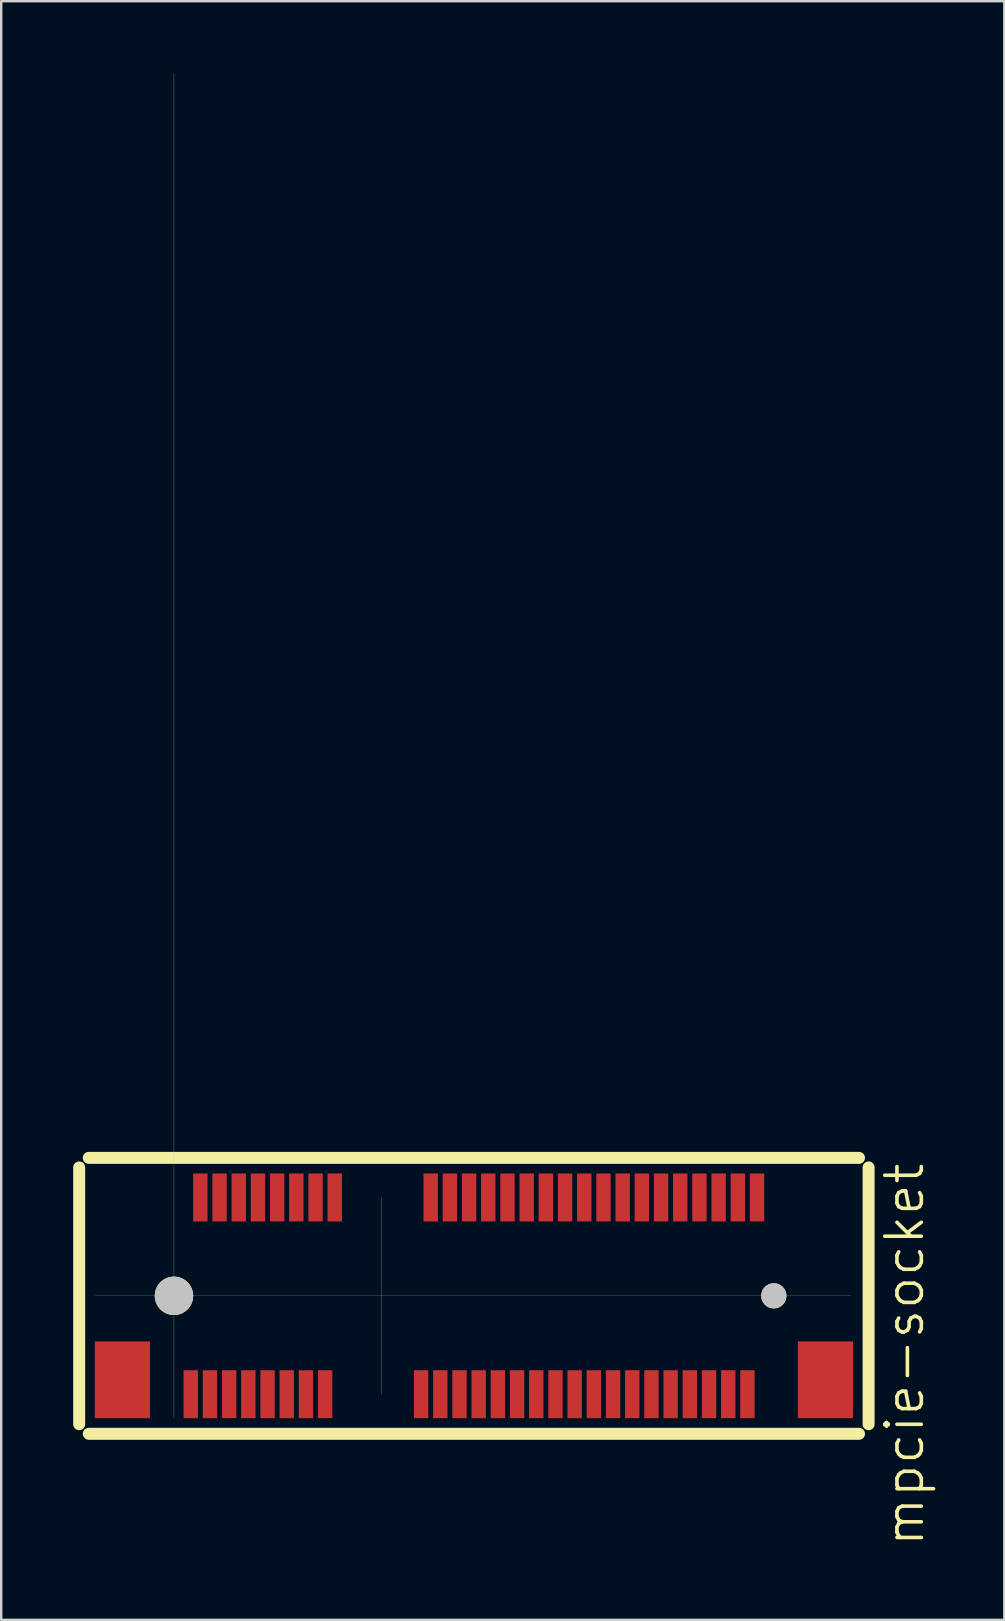
<source format=kicad_pcb>
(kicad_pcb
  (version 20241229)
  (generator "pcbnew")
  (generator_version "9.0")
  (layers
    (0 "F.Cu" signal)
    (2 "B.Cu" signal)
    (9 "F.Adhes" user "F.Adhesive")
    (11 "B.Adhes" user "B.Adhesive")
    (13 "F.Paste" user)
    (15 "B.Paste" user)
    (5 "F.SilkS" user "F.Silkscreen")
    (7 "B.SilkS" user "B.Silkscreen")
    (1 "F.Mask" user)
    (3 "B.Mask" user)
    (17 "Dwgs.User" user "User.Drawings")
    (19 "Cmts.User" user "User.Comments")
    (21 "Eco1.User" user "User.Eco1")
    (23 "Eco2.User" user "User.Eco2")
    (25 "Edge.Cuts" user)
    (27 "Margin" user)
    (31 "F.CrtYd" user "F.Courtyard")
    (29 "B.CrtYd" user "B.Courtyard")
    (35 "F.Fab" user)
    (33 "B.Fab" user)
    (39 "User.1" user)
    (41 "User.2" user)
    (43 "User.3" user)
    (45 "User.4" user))
  (footprint "mpcie-socket"
    (layer "F.Cu")
    (at 4.2 50.955)
    (property "Reference" "mpcie-socket" (at 30.45 2.45 90) (layer "F.SilkS") (effects (font (size 1.524 1.524) (thickness 0.15))))
    (attr through_hole)
    (fp_line (start -3.95 -5.35) (end -3.95 5.35) (stroke (width 0.5) (type solid)) (layer "F.SilkS"))
    (fp_line (start -3.55 5.75) (end 28.55 5.75) (stroke (width 0.5) (type solid)) (layer "F.SilkS"))
    (fp_line (start 28.55 -5.75) (end -3.55 -5.75) (stroke (width 0.5) (type solid)) (layer "F.SilkS"))
    (fp_line (start 28.95 5.35) (end 28.95 -5.35) (stroke (width 0.5) (type solid)) (layer "F.SilkS"))
    (fp_line (start -3.3 0) (end 28.225 0) (stroke (width 0.01) (type solid)) (layer "Dwgs.User"))
    (fp_line (start 0 -50.95) (end 0 5.1) (stroke (width 0.01) (type solid)) (layer "Dwgs.User"))
    (fp_line (start 8.65 4.1) (end 8.65 -4.1) (stroke (width 0.01) (type solid)) (layer "Dwgs.User"))
    (pad "" smd rect (at -2.15 3.5) (size 2.3 3.2) (layers "F.Cu" "F.Mask" "F.Paste"))
    (pad "" connect circle (at 0 0) (size 1.6 1.6) (layers "F.SilkS" "Dwgs.User"))
    (pad "" connect circle (at 25 0) (size 1.05 1.05) (layers "F.SilkS" "Dwgs.User"))
    (pad "" smd rect (at 27.15 3.5) (size 2.3 3.2) (layers "F.Cu" "F.Mask" "F.Paste"))
    (pad "1" smd rect (at 0.7 4.1) (size 0.6 2) (layers "F.Cu" "F.Mask" "F.Paste"))
    (pad "2" smd rect (at 1.1 -4.1) (size 0.6 2) (layers "F.Cu" "F.Mask" "F.Paste"))
    (pad "3" smd rect (at 1.5 4.1) (size 0.6 2) (layers "F.Cu" "F.Mask" "F.Paste"))
    (pad "4" smd rect (at 1.9 -4.1) (size 0.6 2) (layers "F.Cu" "F.Mask" "F.Paste"))
    (pad "5" smd rect (at 2.3 4.1) (size 0.6 2) (layers "F.Cu" "F.Mask" "F.Paste"))
    (pad "6" smd rect (at 2.7 -4.1) (size 0.6 2) (layers "F.Cu" "F.Mask" "F.Paste"))
    (pad "7" smd rect (at 3.1 4.1) (size 0.6 2) (layers "F.Cu" "F.Mask" "F.Paste"))
    (pad "8" smd rect (at 3.5 -4.1) (size 0.6 2) (layers "F.Cu" "F.Mask" "F.Paste"))
    (pad "9" smd rect (at 3.9 4.1) (size 0.6 2) (layers "F.Cu" "F.Mask" "F.Paste"))
    (pad "10" smd rect (at 4.3 -4.1) (size 0.6 2) (layers "F.Cu" "F.Mask" "F.Paste"))
    (pad "11" smd rect (at 4.7 4.1) (size 0.6 2) (layers "F.Cu" "F.Mask" "F.Paste"))
    (pad "12" smd rect (at 5.1 -4.1) (size 0.6 2) (layers "F.Cu" "F.Mask" "F.Paste"))
    (pad "13" smd rect (at 5.5 4.1) (size 0.6 2) (layers "F.Cu" "F.Mask" "F.Paste"))
    (pad "14" smd rect (at 5.9 -4.1) (size 0.6 2) (layers "F.Cu" "F.Mask" "F.Paste"))
    (pad "15" smd rect (at 6.3 4.1) (size 0.6 2) (layers "F.Cu" "F.Mask" "F.Paste"))
    (pad "16" smd rect (at 6.7 -4.1) (size 0.6 2) (layers "F.Cu" "F.Mask" "F.Paste"))
    (pad "17" smd rect (at 10.3 4.1) (size 0.6 2) (layers "F.Cu" "F.Mask" "F.Paste"))
    (pad "18" smd rect (at 10.7 -4.1) (size 0.6 2) (layers "F.Cu" "F.Mask" "F.Paste"))
    (pad "19" smd rect (at 11.1 4.1) (size 0.6 2) (layers "F.Cu" "F.Mask" "F.Paste"))
    (pad "20" smd rect (at 11.5 -4.1) (size 0.6 2) (layers "F.Cu" "F.Mask" "F.Paste"))
    (pad "21" smd rect (at 11.9 4.1) (size 0.6 2) (layers "F.Cu" "F.Mask" "F.Paste"))
    (pad "22" smd rect (at 12.3 -4.1) (size 0.6 2) (layers "F.Cu" "F.Mask" "F.Paste"))
    (pad "23" smd rect (at 12.7 4.1) (size 0.6 2) (layers "F.Cu" "F.Mask" "F.Paste"))
    (pad "24" smd rect (at 13.1 -4.1) (size 0.6 2) (layers "F.Cu" "F.Mask" "F.Paste"))
    (pad "25" smd rect (at 13.5 4.1) (size 0.6 2) (layers "F.Cu" "F.Mask" "F.Paste"))
    (pad "26" smd rect (at 13.9 -4.1) (size 0.6 2) (layers "F.Cu" "F.Mask" "F.Paste"))
    (pad "27" smd rect (at 14.3 4.1) (size 0.6 2) (layers "F.Cu" "F.Mask" "F.Paste"))
    (pad "28" smd rect (at 14.7 -4.1) (size 0.6 2) (layers "F.Cu" "F.Mask" "F.Paste"))
    (pad "29" smd rect (at 15.1 4.1) (size 0.6 2) (layers "F.Cu" "F.Mask" "F.Paste"))
    (pad "30" smd rect (at 15.5 -4.1) (size 0.6 2) (layers "F.Cu" "F.Mask" "F.Paste"))
    (pad "31" smd rect (at 15.9 4.1) (size 0.6 2) (layers "F.Cu" "F.Mask" "F.Paste"))
    (pad "32" smd rect (at 16.3 -4.1) (size 0.6 2) (layers "F.Cu" "F.Mask" "F.Paste"))
    (pad "33" smd rect (at 16.7 4.1) (size 0.6 2) (layers "F.Cu" "F.Mask" "F.Paste"))
    (pad "34" smd rect (at 17.1 -4.1) (size 0.6 2) (layers "F.Cu" "F.Mask" "F.Paste"))
    (pad "35" smd rect (at 17.5 4.1) (size 0.6 2) (layers "F.Cu" "F.Mask" "F.Paste"))
    (pad "36" smd rect (at 17.9 -4.1) (size 0.6 2) (layers "F.Cu" "F.Mask" "F.Paste"))
    (pad "37" smd rect (at 18.3 4.1) (size 0.6 2) (layers "F.Cu" "F.Mask" "F.Paste"))
    (pad "38" smd rect (at 18.7 -4.1) (size 0.6 2) (layers "F.Cu" "F.Mask" "F.Paste"))
    (pad "39" smd rect (at 19.1 4.1) (size 0.6 2) (layers "F.Cu" "F.Mask" "F.Paste"))
    (pad "40" smd rect (at 19.5 -4.1) (size 0.6 2) (layers "F.Cu" "F.Mask" "F.Paste"))
    (pad "41" smd rect (at 19.9 4.1) (size 0.6 2) (layers "F.Cu" "F.Mask" "F.Paste"))
    (pad "42" smd rect (at 20.3 -4.1) (size 0.6 2) (layers "F.Cu" "F.Mask" "F.Paste"))
    (pad "43" smd rect (at 20.7 4.1) (size 0.6 2) (layers "F.Cu" "F.Mask" "F.Paste"))
    (pad "44" smd rect (at 21.1 -4.1) (size 0.6 2) (layers "F.Cu" "F.Mask" "F.Paste"))
    (pad "45" smd rect (at 21.5 4.1) (size 0.6 2) (layers "F.Cu" "F.Mask" "F.Paste"))
    (pad "46" smd rect (at 21.9 -4.1) (size 0.6 2) (layers "F.Cu" "F.Mask" "F.Paste"))
    (pad "47" smd rect (at 22.3 4.1) (size 0.6 2) (layers "F.Cu" "F.Mask" "F.Paste"))
    (pad "48" smd rect (at 22.7 -4.1) (size 0.6 2) (layers "F.Cu" "F.Mask" "F.Paste"))
    (pad "49" smd rect (at 23.1 4.1) (size 0.6 2) (layers "F.Cu" "F.Mask" "F.Paste"))
    (pad "50" smd rect (at 23.5 -4.1) (size 0.6 2) (layers "F.Cu" "F.Mask" "F.Paste"))
    (pad "51" smd rect (at 23.9 4.1) (size 0.6 2) (layers "F.Cu" "F.Mask" "F.Paste"))
    (pad "52" smd rect (at 24.3 -4.1) (size 0.6 2) (layers "F.Cu" "F.Mask" "F.Paste")))
  (gr_rect
    (start -3 -3)
    (end 38.805 64.46)
    (stroke (width 0.1) (type default))
    (fill no)
    (layer "Edge.Cuts")))
</source>
